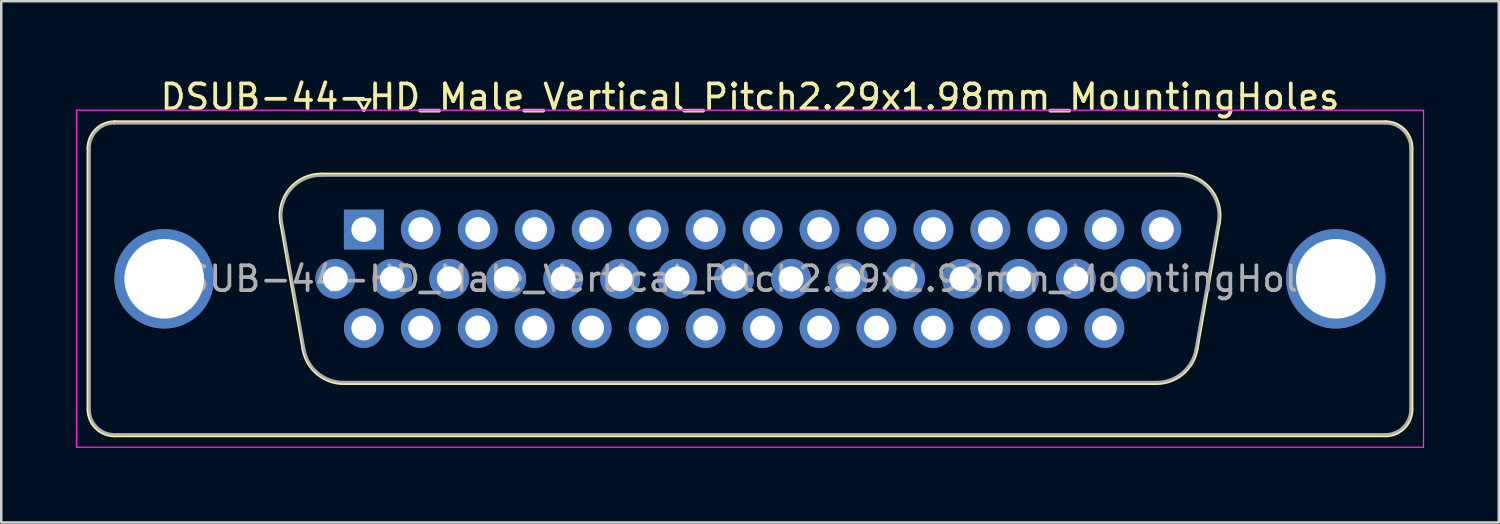
<source format=kicad_pcb>
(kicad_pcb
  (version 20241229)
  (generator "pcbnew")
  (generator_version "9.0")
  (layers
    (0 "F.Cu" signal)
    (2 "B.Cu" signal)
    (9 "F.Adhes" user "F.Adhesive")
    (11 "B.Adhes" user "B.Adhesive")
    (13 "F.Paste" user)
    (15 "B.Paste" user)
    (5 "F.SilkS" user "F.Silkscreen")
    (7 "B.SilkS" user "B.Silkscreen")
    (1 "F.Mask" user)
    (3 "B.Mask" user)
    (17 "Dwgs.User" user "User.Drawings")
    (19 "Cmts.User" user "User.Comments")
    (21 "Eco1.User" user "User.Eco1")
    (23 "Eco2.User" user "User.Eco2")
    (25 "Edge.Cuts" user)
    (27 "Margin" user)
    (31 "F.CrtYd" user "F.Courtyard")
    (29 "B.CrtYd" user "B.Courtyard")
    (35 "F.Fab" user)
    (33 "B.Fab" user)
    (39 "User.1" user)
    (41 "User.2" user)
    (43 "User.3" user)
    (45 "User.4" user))
  (footprint "DSUB-44-HD_Male_Vertical_Pitch2.29x1.98mm_MountingHoles"
    (layer "F.Cu")
    (at 11.575 6.178)
    (property "Reference" "DSUB-44-HD_Male_Vertical_Pitch2.29x1.98mm_MountingHoles" (at 15.525 -5.33 0) (layer "F.SilkS") (effects (font (size 1 1) (thickness 0.15))))
    (attr through_hole)
    (fp_line (start -11.085 7.23) (end -11.085 -3.27) (stroke (width 0.12) (type solid)) (layer "F.SilkS"))
    (fp_line (start -10.025 -4.33) (end 41.075 -4.33) (stroke (width 0.12) (type solid)) (layer "F.SilkS"))
    (fp_line (start -3.341 -0.282) (end -2.442 4.818) (stroke (width 0.12) (type solid)) (layer "F.SilkS"))
    (fp_line (start -1.707 -2.23) (end 32.757 -2.23) (stroke (width 0.12) (type solid)) (layer "F.SilkS"))
    (fp_line (start -0.807 6.19) (end 31.857 6.19) (stroke (width 0.12) (type solid)) (layer "F.SilkS"))
    (fp_line (start -0.25 -5.224) (end 0.25 -5.224) (stroke (width 0.12) (type solid)) (layer "F.SilkS"))
    (fp_line (start 0 -4.791) (end -0.25 -5.224) (stroke (width 0.12) (type solid)) (layer "F.SilkS"))
    (fp_line (start 0.25 -5.224) (end 0 -4.791) (stroke (width 0.12) (type solid)) (layer "F.SilkS"))
    (fp_line (start 34.391 -0.282) (end 33.492 4.818) (stroke (width 0.12) (type solid)) (layer "F.SilkS"))
    (fp_line (start 41.075 8.29) (end -10.025 8.29) (stroke (width 0.12) (type solid)) (layer "F.SilkS"))
    (fp_line (start 42.135 -3.27) (end 42.135 7.23) (stroke (width 0.12) (type solid)) (layer "F.SilkS"))
    (fp_arc (start -11.085 -3.27) (mid -10.774533 -4.019533) (end -10.025 -4.33) (stroke (width 0.12) (type solid)) (layer "F.SilkS"))
    (fp_arc (start -10.025 8.29) (mid -10.774533 7.979533) (end -11.085 7.23) (stroke (width 0.12) (type solid)) (layer "F.SilkS"))
    (fp_arc (start -3.34147 -0.281744) (mid -2.978323 -1.637028) (end -1.706689 -2.23) (stroke (width 0.12) (type solid)) (layer "F.SilkS"))
    (fp_arc (start -0.807421 6.19) (mid -1.874448 5.801634) (end -2.442202 4.818256) (stroke (width 0.12) (type solid)) (layer "F.SilkS"))
    (fp_arc (start 32.756689 -2.23) (mid 34.028323 -1.637027) (end 34.39147 -0.281744) (stroke (width 0.12) (type solid)) (layer "F.SilkS"))
    (fp_arc (start 33.492202 4.818256) (mid 32.924449 5.801634) (end 31.857421 6.19) (stroke (width 0.12) (type solid)) (layer "F.SilkS"))
    (fp_arc (start 41.075 -4.33) (mid 41.824533 -4.019533) (end 42.135 -3.27) (stroke (width 0.12) (type solid)) (layer "F.SilkS"))
    (fp_arc (start 42.135 7.23) (mid 41.824533 7.979533) (end 41.075 8.29) (stroke (width 0.12) (type solid)) (layer "F.SilkS"))
    (fp_line (start -11.55 -4.8) (end -11.55 8.75) (stroke (width 0.05) (type solid)) (layer "F.CrtYd"))
    (fp_line (start -11.55 8.75) (end 42.6 8.75) (stroke (width 0.05) (type solid)) (layer "F.CrtYd"))
    (fp_line (start 42.6 -4.8) (end -11.55 -4.8) (stroke (width 0.05) (type solid)) (layer "F.CrtYd"))
    (fp_line (start 42.6 8.75) (end 42.6 -4.8) (stroke (width 0.05) (type solid)) (layer "F.CrtYd"))
    (fp_line (start -11.025 7.23) (end -11.025 -3.27) (stroke (width 0.1) (type solid)) (layer "F.Fab"))
    (fp_line (start -10.025 -4.27) (end 41.075 -4.27) (stroke (width 0.1) (type solid)) (layer "F.Fab"))
    (fp_line (start -3.294 -0.292) (end -2.395 4.808) (stroke (width 0.1) (type solid)) (layer "F.Fab"))
    (fp_line (start -1.718 -2.17) (end 32.768 -2.17) (stroke (width 0.1) (type solid)) (layer "F.Fab"))
    (fp_line (start -0.819 6.13) (end 31.869 6.13) (stroke (width 0.1) (type solid)) (layer "F.Fab"))
    (fp_line (start 34.344 -0.292) (end 33.445 4.808) (stroke (width 0.1) (type solid)) (layer "F.Fab"))
    (fp_line (start 41.075 8.23) (end -10.025 8.23) (stroke (width 0.1) (type solid)) (layer "F.Fab"))
    (fp_line (start 42.075 -3.27) (end 42.075 7.23) (stroke (width 0.1) (type solid)) (layer "F.Fab"))
    (fp_arc (start -11.025 -3.27) (mid -10.732107 -3.977107) (end -10.025 -4.27) (stroke (width 0.1) (type solid)) (layer "F.Fab"))
    (fp_arc (start -10.025 8.23) (mid -10.732107 7.937107) (end -11.025 7.23) (stroke (width 0.1) (type solid)) (layer "F.Fab"))
    (fp_arc (start -3.293886 -0.292163) (mid -2.943865 -1.59846) (end -1.718194 -2.17) (stroke (width 0.1) (type solid)) (layer "F.Fab"))
    (fp_arc (start -0.818927 6.13) (mid -1.847387 5.755671) (end -2.394619 4.807837) (stroke (width 0.1) (type solid)) (layer "F.Fab"))
    (fp_arc (start 32.768194 -2.17) (mid 33.993865 -1.59846) (end 34.343886 -0.292163) (stroke (width 0.1) (type solid)) (layer "F.Fab"))
    (fp_arc (start 33.444619 4.807837) (mid 32.897387 5.755671) (end 31.868927 6.13) (stroke (width 0.1) (type solid)) (layer "F.Fab"))
    (fp_arc (start 41.075 -4.27) (mid 41.782107 -3.977107) (end 42.075 -3.27) (stroke (width 0.1) (type solid)) (layer "F.Fab"))
    (fp_arc (start 42.075 7.23) (mid 41.782107 7.937107) (end 41.075 8.23) (stroke (width 0.1) (type solid)) (layer "F.Fab"))
    (fp_text user "${REFERENCE}" (at 15.525 1.98 0) (layer "F.Fab") (effects (font (size 1 1) (thickness 0.15))))
    (pad "0" thru_hole circle (at -8.025 1.98) (size 4 4) (drill 3.2) (layers "*.Cu" "*.Mask"))
    (pad "0" thru_hole circle (at 39.075 1.98) (size 4 4) (drill 3.2) (layers "*.Cu" "*.Mask"))
    (pad "1" thru_hole rect (at 0 0) (size 1.6 1.6) (drill 1) (layers "*.Cu" "*.Mask"))
    (pad "2" thru_hole circle (at 2.29 0) (size 1.6 1.6) (drill 1) (layers "*.Cu" "*.Mask"))
    (pad "3" thru_hole circle (at 4.58 0) (size 1.6 1.6) (drill 1) (layers "*.Cu" "*.Mask"))
    (pad "4" thru_hole circle (at 6.87 0) (size 1.6 1.6) (drill 1) (layers "*.Cu" "*.Mask"))
    (pad "5" thru_hole circle (at 9.16 0) (size 1.6 1.6) (drill 1) (layers "*.Cu" "*.Mask"))
    (pad "6" thru_hole circle (at 11.45 0) (size 1.6 1.6) (drill 1) (layers "*.Cu" "*.Mask"))
    (pad "7" thru_hole circle (at 13.74 0) (size 1.6 1.6) (drill 1) (layers "*.Cu" "*.Mask"))
    (pad "8" thru_hole circle (at 16.03 0) (size 1.6 1.6) (drill 1) (layers "*.Cu" "*.Mask"))
    (pad "9" thru_hole circle (at 18.32 0) (size 1.6 1.6) (drill 1) (layers "*.Cu" "*.Mask"))
    (pad "10" thru_hole circle (at 20.61 0) (size 1.6 1.6) (drill 1) (layers "*.Cu" "*.Mask"))
    (pad "11" thru_hole circle (at 22.9 0) (size 1.6 1.6) (drill 1) (layers "*.Cu" "*.Mask"))
    (pad "12" thru_hole circle (at 25.19 0) (size 1.6 1.6) (drill 1) (layers "*.Cu" "*.Mask"))
    (pad "13" thru_hole circle (at 27.48 0) (size 1.6 1.6) (drill 1) (layers "*.Cu" "*.Mask"))
    (pad "14" thru_hole circle (at 29.77 0) (size 1.6 1.6) (drill 1) (layers "*.Cu" "*.Mask"))
    (pad "15" thru_hole circle (at 32.06 0) (size 1.6 1.6) (drill 1) (layers "*.Cu" "*.Mask"))
    (pad "16" thru_hole circle (at -1.145 1.98) (size 1.6 1.6) (drill 1) (layers "*.Cu" "*.Mask"))
    (pad "17" thru_hole circle (at 1.145 1.98) (size 1.6 1.6) (drill 1) (layers "*.Cu" "*.Mask"))
    (pad "18" thru_hole circle (at 3.435 1.98) (size 1.6 1.6) (drill 1) (layers "*.Cu" "*.Mask"))
    (pad "19" thru_hole circle (at 5.725 1.98) (size 1.6 1.6) (drill 1) (layers "*.Cu" "*.Mask"))
    (pad "20" thru_hole circle (at 8.015 1.98) (size 1.6 1.6) (drill 1) (layers "*.Cu" "*.Mask"))
    (pad "21" thru_hole circle (at 10.305 1.98) (size 1.6 1.6) (drill 1) (layers "*.Cu" "*.Mask"))
    (pad "22" thru_hole circle (at 12.595 1.98) (size 1.6 1.6) (drill 1) (layers "*.Cu" "*.Mask"))
    (pad "23" thru_hole circle (at 14.885 1.98) (size 1.6 1.6) (drill 1) (layers "*.Cu" "*.Mask"))
    (pad "24" thru_hole circle (at 17.175 1.98) (size 1.6 1.6) (drill 1) (layers "*.Cu" "*.Mask"))
    (pad "25" thru_hole circle (at 19.465 1.98) (size 1.6 1.6) (drill 1) (layers "*.Cu" "*.Mask"))
    (pad "26" thru_hole circle (at 21.755 1.98) (size 1.6 1.6) (drill 1) (layers "*.Cu" "*.Mask"))
    (pad "27" thru_hole circle (at 24.045 1.98) (size 1.6 1.6) (drill 1) (layers "*.Cu" "*.Mask"))
    (pad "28" thru_hole circle (at 26.335 1.98) (size 1.6 1.6) (drill 1) (layers "*.Cu" "*.Mask"))
    (pad "29" thru_hole circle (at 28.625 1.98) (size 1.6 1.6) (drill 1) (layers "*.Cu" "*.Mask"))
    (pad "30" thru_hole circle (at 30.915 1.98) (size 1.6 1.6) (drill 1) (layers "*.Cu" "*.Mask"))
    (pad "31" thru_hole circle (at 0 3.96) (size 1.6 1.6) (drill 1) (layers "*.Cu" "*.Mask"))
    (pad "32" thru_hole circle (at 2.29 3.96) (size 1.6 1.6) (drill 1) (layers "*.Cu" "*.Mask"))
    (pad "33" thru_hole circle (at 4.58 3.96) (size 1.6 1.6) (drill 1) (layers "*.Cu" "*.Mask"))
    (pad "34" thru_hole circle (at 6.87 3.96) (size 1.6 1.6) (drill 1) (layers "*.Cu" "*.Mask"))
    (pad "35" thru_hole circle (at 9.16 3.96) (size 1.6 1.6) (drill 1) (layers "*.Cu" "*.Mask"))
    (pad "36" thru_hole circle (at 11.45 3.96) (size 1.6 1.6) (drill 1) (layers "*.Cu" "*.Mask"))
    (pad "37" thru_hole circle (at 13.74 3.96) (size 1.6 1.6) (drill 1) (layers "*.Cu" "*.Mask"))
    (pad "38" thru_hole circle (at 16.03 3.96) (size 1.6 1.6) (drill 1) (layers "*.Cu" "*.Mask"))
    (pad "39" thru_hole circle (at 18.32 3.96) (size 1.6 1.6) (drill 1) (layers "*.Cu" "*.Mask"))
    (pad "40" thru_hole circle (at 20.61 3.96) (size 1.6 1.6) (drill 1) (layers "*.Cu" "*.Mask"))
    (pad "41" thru_hole circle (at 22.9 3.96) (size 1.6 1.6) (drill 1) (layers "*.Cu" "*.Mask"))
    (pad "42" thru_hole circle (at 25.19 3.96) (size 1.6 1.6) (drill 1) (layers "*.Cu" "*.Mask"))
    (pad "43" thru_hole circle (at 27.48 3.96) (size 1.6 1.6) (drill 1) (layers "*.Cu" "*.Mask"))
    (pad "44" thru_hole circle (at 29.77 3.96) (size 1.6 1.6) (drill 1) (layers "*.Cu" "*.Mask")))
  (gr_rect
    (start -3 -3)
    (end 57.2 17.953)
    (stroke (width 0.1) (type default))
    (fill no)
    (layer "Edge.Cuts")))
</source>
